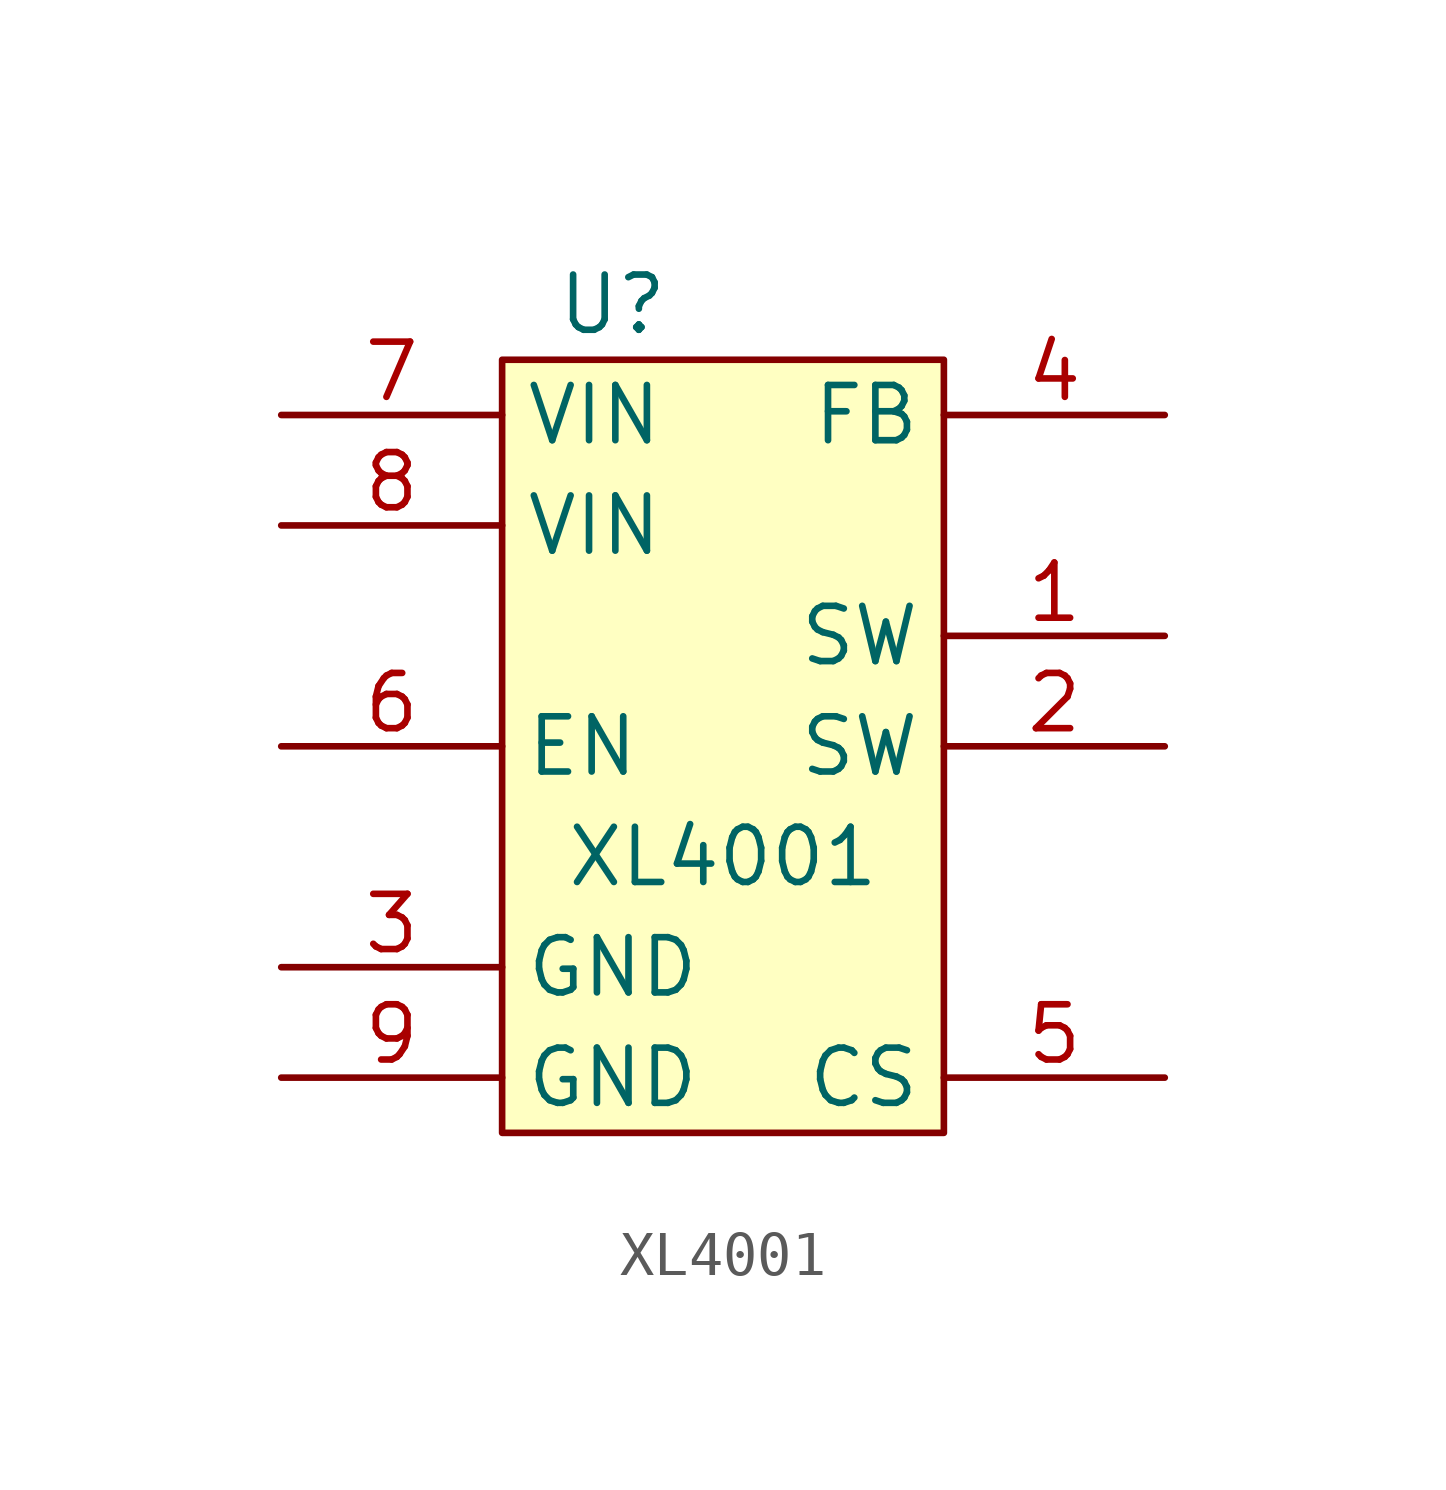
<source format=kicad_sym>
(kicad_symbol_lib
  (version 20211014)
  (generator kicad_symbol_editor)
  (symbol "XL4001"
    (property "Reference" "U"
      (at -2.54 10.16 0)
      (effects (font (size 1.27 1.27))))
    (property "Value" "XL4001"
      (at 0 -2.54 0)
      (effects (font (size 1.27 1.27))))
    (symbol "XL4001_0_1"
      (rectangle (start -5.08 8.89) (end 5.08 -8.89) (stroke (width 0) (type default) (color 0 0 0 0)) (fill (type background))))
    (symbol "XL4001_1_1"
      (pin output line (at 10.16 2.54 180) (length 5.08) (name "SW" (effects (font (size 1.27 1.27)))) (number "1" (effects (font (size 1.27 1.27)))))
      (pin output line (at 10.16 0 180) (length 5.08) (name "SW" (effects (font (size 1.27 1.27)))) (number "2" (effects (font (size 1.27 1.27)))))
      (pin power_in line (at -10.16 -5.08 0) (length 5.08) (name "GND" (effects (font (size 1.27 1.27)))) (number "3" (effects (font (size 1.27 1.27)))))
      (pin input line (at 10.16 7.62 180) (length 5.08) (name "FB" (effects (font (size 1.27 1.27)))) (number "4" (effects (font (size 1.27 1.27)))))
      (pin input line (at 10.16 -7.62 180) (length 5.08) (name "CS" (effects (font (size 1.27 1.27)))) (number "5" (effects (font (size 1.27 1.27)))))
      (pin input line (at -10.16 0 0) (length 5.08) (name "EN" (effects (font (size 1.27 1.27)))) (number "6" (effects (font (size 1.27 1.27)))))
      (pin power_in line (at -10.16 7.62 0) (length 5.08) (name "VIN" (effects (font (size 1.27 1.27)))) (number "7" (effects (font (size 1.27 1.27)))))
      (pin power_in line (at -10.16 5.08 0) (length 5.08) (name "VIN" (effects (font (size 1.27 1.27)))) (number "8" (effects (font (size 1.27 1.27)))))
      (pin power_in line (at -10.16 -7.62 0) (length 5.08) (name "GND" (effects (font (size 1.27 1.27)))) (number "9" (effects (font (size 1.27 1.27))))))))
</source>
